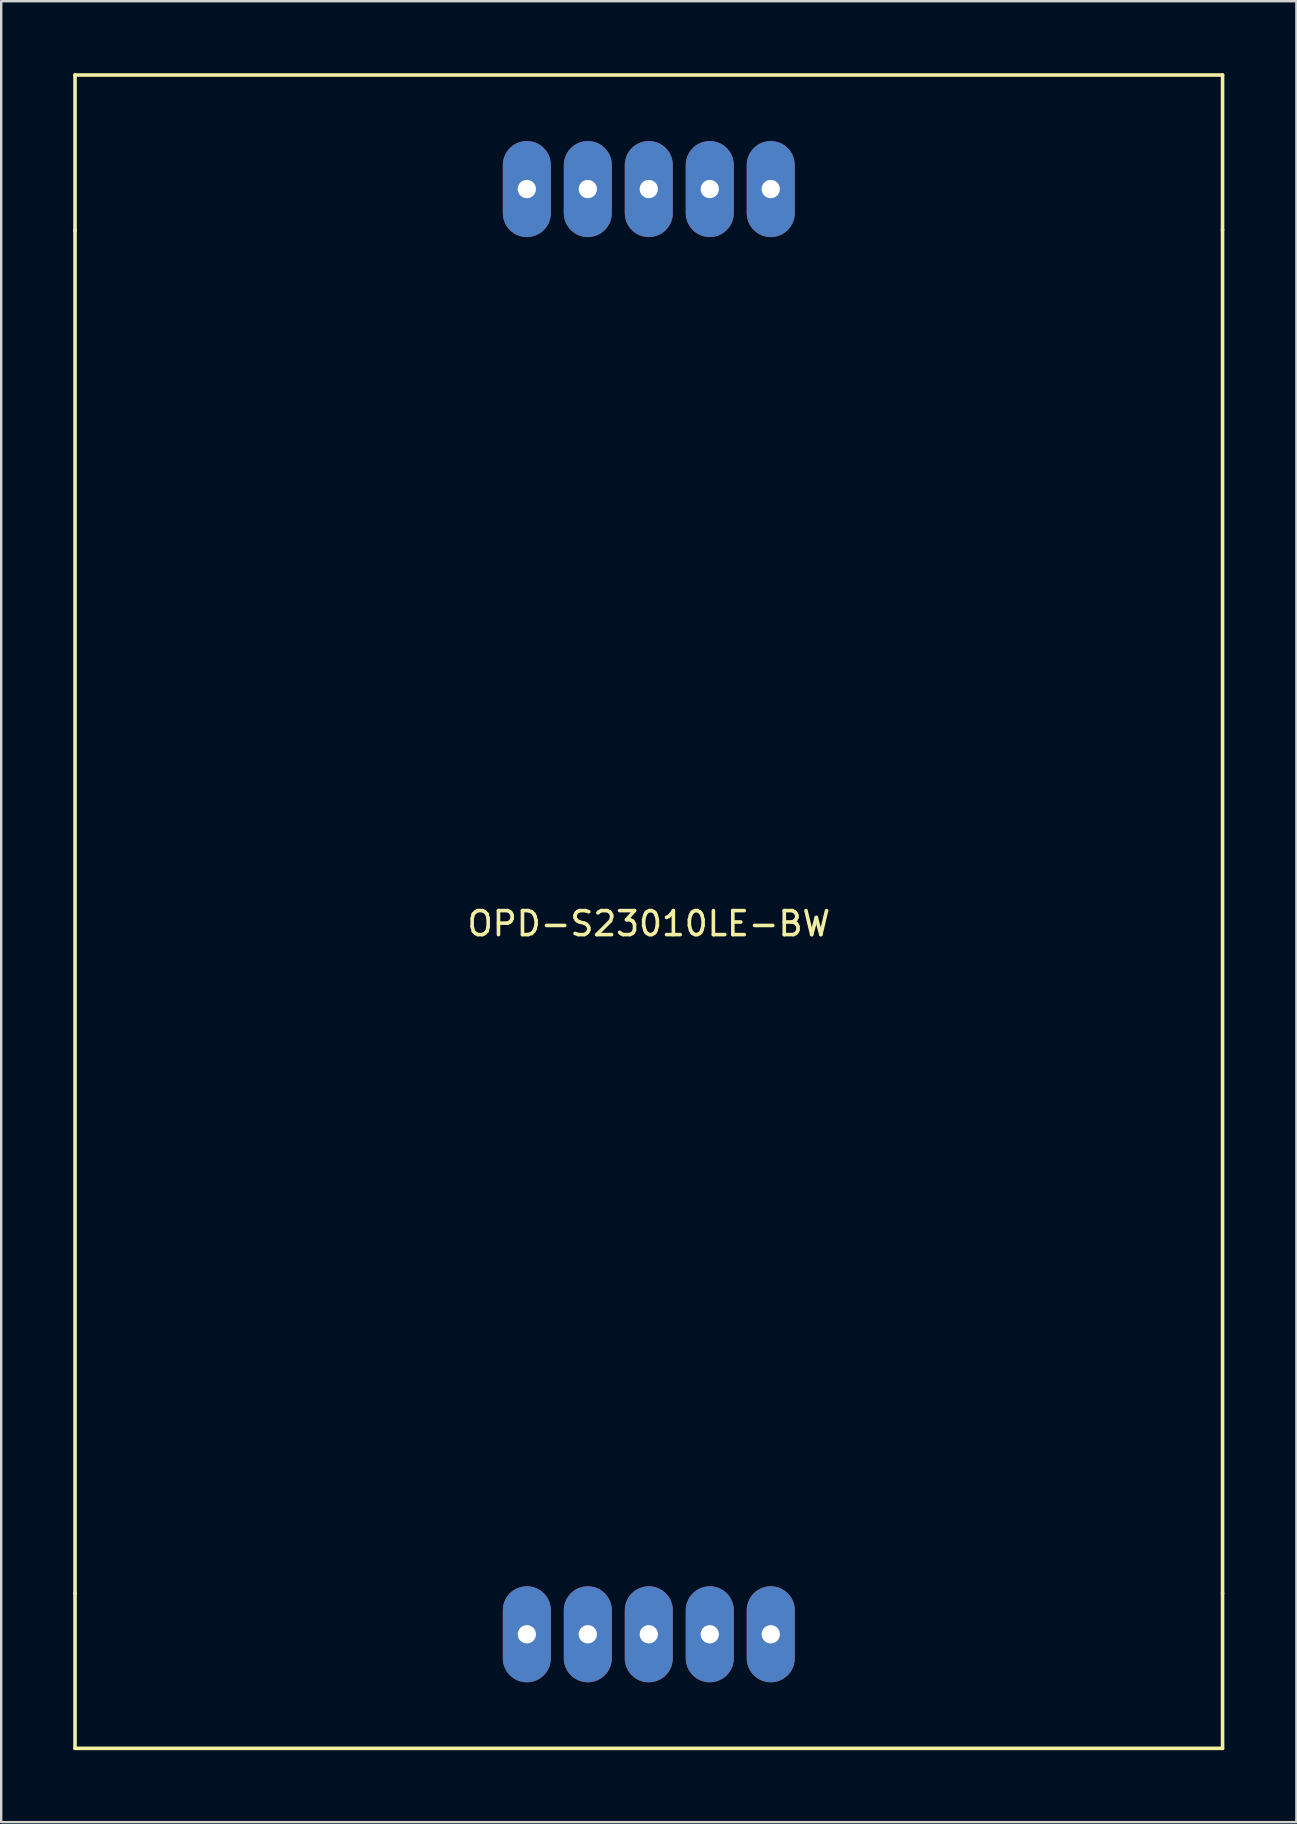
<source format=kicad_pcb>
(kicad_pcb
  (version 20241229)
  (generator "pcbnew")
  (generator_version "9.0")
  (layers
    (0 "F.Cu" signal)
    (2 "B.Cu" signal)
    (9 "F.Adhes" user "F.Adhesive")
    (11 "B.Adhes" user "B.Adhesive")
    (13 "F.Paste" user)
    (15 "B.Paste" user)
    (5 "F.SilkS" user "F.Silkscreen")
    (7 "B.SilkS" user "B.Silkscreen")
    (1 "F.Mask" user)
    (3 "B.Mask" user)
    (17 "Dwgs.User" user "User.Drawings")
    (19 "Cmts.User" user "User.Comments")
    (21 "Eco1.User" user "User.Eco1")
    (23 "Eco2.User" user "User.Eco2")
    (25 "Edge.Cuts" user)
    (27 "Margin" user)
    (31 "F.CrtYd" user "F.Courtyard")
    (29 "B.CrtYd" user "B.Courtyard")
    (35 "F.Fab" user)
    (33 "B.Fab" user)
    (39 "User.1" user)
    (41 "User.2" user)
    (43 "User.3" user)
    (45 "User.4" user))
  (footprint "OPD-S23010LE-BW"
    (layer "F.Cu")
    (at 23.975 34.925)
    (property "Reference" "OPD-S23010LE-BW" (at 0 0.5 0) (layer "F.SilkS") (effects (font (size 1 1) (thickness 0.15))))
    (attr through_hole)
    (fp_line (start -23.9 -34.85) (end 23.9 -34.85) (stroke (width 0.15) (type solid)) (layer "F.SilkS"))
    (fp_line (start -23.9 -28.35) (end -23.9 -34.85) (stroke (width 0.15) (type solid)) (layer "F.SilkS"))
    (fp_line (start -23.9 28.4) (end -23.9 -28.4) (stroke (width 0.15) (type solid)) (layer "F.SilkS"))
    (fp_line (start -23.9 28.4) (end -23.9 34.85) (stroke (width 0.15) (type solid)) (layer "F.SilkS"))
    (fp_line (start -23.9 34.85) (end 23.9 34.85) (stroke (width 0.15) (type solid)) (layer "F.SilkS"))
    (fp_line (start 23.9 -34.85) (end 23.9 -28.4) (stroke (width 0.15) (type solid)) (layer "F.SilkS"))
    (fp_line (start 23.9 -28.4) (end 23.9 28.4) (stroke (width 0.15) (type solid)) (layer "F.SilkS"))
    (fp_line (start 23.9 34.85) (end 23.9 28.4) (stroke (width 0.15) (type solid)) (layer "F.SilkS"))
    (pad "1" thru_hole oval (at -5.08 30.1) (size 2 4) (drill 0.762) (layers "*.Cu" "*.Mask"))
    (pad "2" thru_hole oval (at -2.54 30.1) (size 2 4) (drill 0.762) (layers "*.Cu" "*.Mask"))
    (pad "3" thru_hole oval (at 0 30.1) (size 2 4) (drill 0.762) (layers "*.Cu" "*.Mask"))
    (pad "4" thru_hole oval (at 2.54 30.1) (size 2 4) (drill 0.762) (layers "*.Cu" "*.Mask"))
    (pad "5" thru_hole oval (at 5.08 30.1) (size 2 4) (drill 0.762) (layers "*.Cu" "*.Mask"))
    (pad "6" thru_hole oval (at 5.08 -30.1) (size 2 4) (drill 0.762) (layers "*.Cu" "*.Mask"))
    (pad "7" thru_hole oval (at 2.54 -30.1) (size 2 4) (drill 0.762) (layers "*.Cu" "*.Mask"))
    (pad "8" thru_hole oval (at 0 -30.1) (size 2 4) (drill 0.762) (layers "*.Cu" "*.Mask"))
    (pad "9" thru_hole oval (at -2.54 -30.1) (size 2 4) (drill 0.762) (layers "*.Cu" "*.Mask"))
    (pad "10" thru_hole oval (at -5.08 -30.1) (size 2 4) (drill 0.762) (layers "*.Cu" "*.Mask")))
  (gr_rect
    (start -3 -3)
    (end 50.95 72.85)
    (stroke (width 0.1) (type default))
    (fill no)
    (layer "Edge.Cuts")))
</source>
